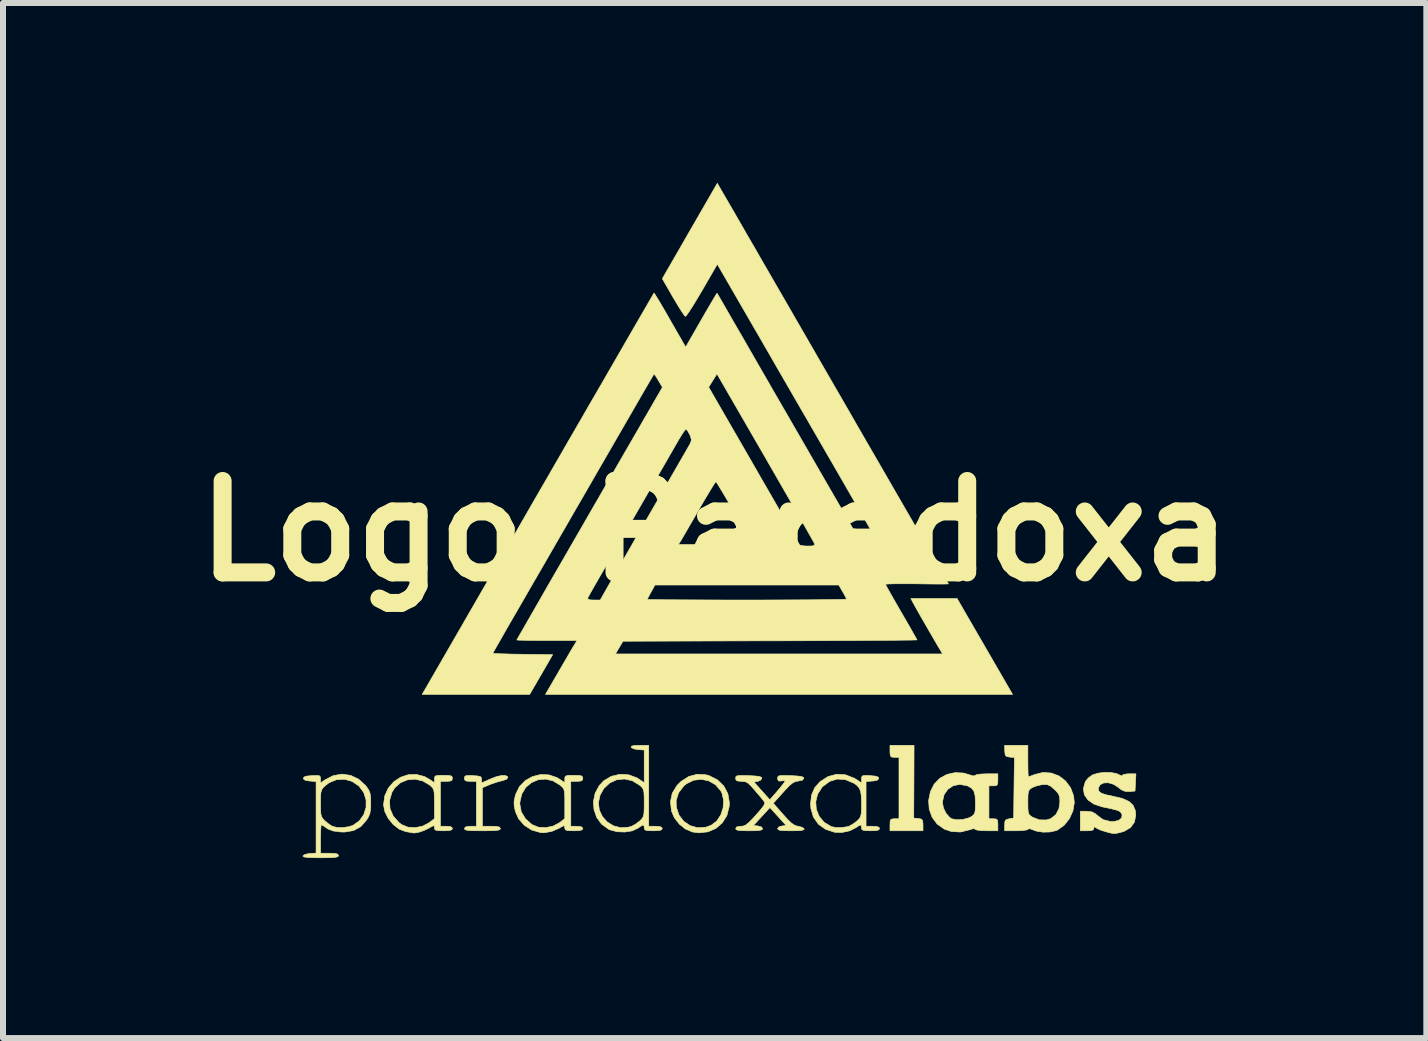
<source format=kicad_pcb>
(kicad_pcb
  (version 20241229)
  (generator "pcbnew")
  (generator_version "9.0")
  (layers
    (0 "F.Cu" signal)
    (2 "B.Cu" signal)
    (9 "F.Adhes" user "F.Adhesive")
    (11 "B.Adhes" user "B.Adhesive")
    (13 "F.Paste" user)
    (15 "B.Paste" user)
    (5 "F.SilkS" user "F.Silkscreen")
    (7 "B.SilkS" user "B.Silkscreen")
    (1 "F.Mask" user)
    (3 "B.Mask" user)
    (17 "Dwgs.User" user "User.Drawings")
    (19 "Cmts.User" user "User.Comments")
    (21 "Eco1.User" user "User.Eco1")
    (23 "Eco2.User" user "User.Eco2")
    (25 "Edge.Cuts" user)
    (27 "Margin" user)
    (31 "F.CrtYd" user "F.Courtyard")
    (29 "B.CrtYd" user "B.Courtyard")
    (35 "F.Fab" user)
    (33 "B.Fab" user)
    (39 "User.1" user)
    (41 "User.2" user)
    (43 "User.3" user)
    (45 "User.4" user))
  (footprint "Logo Paradoxa"
    (layer "F.Cu")
    (at 8.861 5.801)
    (property "Reference" "Logo Paradoxa" (at 0 0 0) (layer "F.SilkS") (effects (font (size 1.524 1.524) (thickness 0.3))))
    (attr through_hole)
    (fp_poly (pts (xy 3.321 4.177) (xy 3.318 4.783) (xy 3.395 4.791) (xy 3.444 4.8) (xy 3.466 4.825) (xy 3.472 4.882) (xy 3.472 4.897) (xy 3.472 4.995) (xy 2.922 4.995) (xy 2.922 4.895) (xy 2.925 4.831) (xy 2.941 4.803) (xy 2.981 4.795) (xy 2.997 4.795) (xy 3.072 4.795) (xy 3.072 3.771) (xy 2.997 3.771) (xy 2.949 3.767) (xy 2.928 3.746) (xy 2.922 3.693) (xy 2.922 3.671) (xy 2.922 3.571) (xy 3.323 3.571) (xy 3.321 4.177)) (stroke (width 0.01) (type solid)) (fill yes) (layer "F.SilkS"))
    (fp_poly (pts (xy -0.144 4.062) (xy -0.097 4.074) (xy 0.045 4.146) (xy 0.152 4.249) (xy 0.22 4.378) (xy 0.245 4.527) (xy 0.242 4.59) (xy 0.204 4.74) (xy 0.127 4.863) (xy 0.02 4.956) (xy -0.113 5.013) (xy -0.264 5.029) (xy -0.371 5.015) (xy -0.485 4.967) (xy -0.59 4.883) (xy -0.673 4.775) (xy -0.72 4.665) (xy -0.737 4.509) (xy -0.733 4.492) (xy -0.642 4.492) (xy -0.639 4.602) (xy -0.595 4.733) (xy -0.516 4.837) (xy -0.41 4.909) (xy -0.286 4.944) (xy -0.154 4.937) (xy -0.059 4.904) (xy 0.033 4.835) (xy 0.101 4.733) (xy 0.141 4.613) (xy 0.149 4.487) (xy 0.122 4.369) (xy 0.101 4.328) (xy 0.013 4.227) (xy -0.099 4.163) (xy -0.224 4.137) (xy -0.351 4.153) (xy -0.468 4.21) (xy -0.515 4.248) (xy -0.602 4.363) (xy -0.642 4.492) (xy -0.733 4.492) (xy -0.706 4.367) (xy -0.627 4.239) (xy -0.564 4.176) (xy -0.433 4.091) (xy -0.291 4.053) (xy -0.144 4.062)) (stroke (width 0.01) (type solid)) (fill yes) (layer "F.SilkS"))
    (fp_poly (pts (xy -4.027 4.076) (xy -3.946 4.082) (xy -3.903 4.093) (xy -3.887 4.114) (xy -3.886 4.14) (xy -3.885 4.184) (xy -3.882 4.196) (xy -3.858 4.186) (xy -3.802 4.161) (xy -3.743 4.134) (xy -3.642 4.095) (xy -3.553 4.074) (xy -3.486 4.074) (xy -3.45 4.094) (xy -3.447 4.107) (xy -3.47 4.137) (xy -3.534 4.159) (xy -3.54 4.16) (xy -3.621 4.181) (xy -3.716 4.213) (xy -3.753 4.227) (xy -3.871 4.277) (xy -3.871 4.92) (xy -3.721 4.92) (xy -3.634 4.923) (xy -3.588 4.933) (xy -3.572 4.953) (xy -3.571 4.958) (xy -3.579 4.974) (xy -3.607 4.985) (xy -3.662 4.991) (xy -3.753 4.994) (xy -3.871 4.995) (xy -4 4.994) (xy -4.087 4.991) (xy -4.14 4.984) (xy -4.165 4.972) (xy -4.171 4.958) (xy -4.154 4.932) (xy -4.1 4.921) (xy -4.071 4.92) (xy -3.971 4.92) (xy -3.971 4.171) (xy -4.071 4.171) (xy -4.136 4.167) (xy -4.165 4.15) (xy -4.171 4.12) (xy -4.166 4.091) (xy -4.144 4.077) (xy -4.093 4.073) (xy -4.027 4.076)) (stroke (width 0.01) (type solid)) (fill yes) (layer "F.SilkS"))
    (fp_poly (pts (xy 4.149 4.033) (xy 4.24 4.06) (xy 4.308 4.081) (xy 4.34 4.075) (xy 4.341 4.072) (xy 4.369 4.059) (xy 4.436 4.05) (xy 4.53 4.046) (xy 4.535 4.046) (xy 4.72 4.046) (xy 4.72 4.146) (xy 4.717 4.21) (xy 4.701 4.238) (xy 4.662 4.246) (xy 4.645 4.246) (xy 4.571 4.246) (xy 4.571 4.795) (xy 4.645 4.795) (xy 4.693 4.799) (xy 4.715 4.821) (xy 4.72 4.874) (xy 4.72 4.895) (xy 4.72 4.995) (xy 4.535 4.995) (xy 4.44 4.992) (xy 4.371 4.983) (xy 4.341 4.97) (xy 4.341 4.969) (xy 4.313 4.959) (xy 4.249 4.978) (xy 4.24 4.981) (xy 4.095 5.016) (xy 3.944 5.007) (xy 3.827 4.967) (xy 3.708 4.883) (xy 3.624 4.769) (xy 3.576 4.635) (xy 3.568 4.526) (xy 3.796 4.526) (xy 3.813 4.616) (xy 3.857 4.705) (xy 3.917 4.773) (xy 3.953 4.796) (xy 4.037 4.812) (xy 4.141 4.806) (xy 4.238 4.779) (xy 4.279 4.759) (xy 4.313 4.732) (xy 4.334 4.7) (xy 4.343 4.65) (xy 4.346 4.568) (xy 4.346 4.532) (xy 4.341 4.416) (xy 4.322 4.339) (xy 4.285 4.288) (xy 4.222 4.251) (xy 4.203 4.244) (xy 4.085 4.222) (xy 3.976 4.244) (xy 3.886 4.304) (xy 3.823 4.395) (xy 3.797 4.511) (xy 3.796 4.526) (xy 3.568 4.526) (xy 3.566 4.49) (xy 3.596 4.343) (xy 3.658 4.218) (xy 3.75 4.122) (xy 3.87 4.056) (xy 4.008 4.026) (xy 4.149 4.033)) (stroke (width 0.01) (type solid)) (fill yes) (layer "F.SilkS"))
    (fp_poly (pts (xy -1.099 4.92) (xy -0.987 4.92) (xy -0.912 4.925) (xy -0.879 4.942) (xy -0.874 4.958) (xy -0.886 4.979) (xy -0.926 4.991) (xy -1.006 4.995) (xy -1.024 4.995) (xy -1.108 4.993) (xy -1.153 4.985) (xy -1.171 4.967) (xy -1.174 4.945) (xy -1.178 4.907) (xy -1.196 4.9) (xy -1.238 4.923) (xy -1.275 4.95) (xy -1.373 4.996) (xy -1.496 5.016) (xy -1.626 5.011) (xy -1.746 4.979) (xy -1.769 4.968) (xy -1.885 4.884) (xy -1.966 4.772) (xy -2.011 4.643) (xy -2.019 4.529) (xy -1.938 4.529) (xy -1.922 4.651) (xy -1.87 4.76) (xy -1.789 4.85) (xy -1.685 4.913) (xy -1.565 4.944) (xy -1.435 4.935) (xy -1.382 4.919) (xy -1.314 4.882) (xy -1.247 4.831) (xy -1.243 4.826) (xy -1.21 4.792) (xy -1.19 4.758) (xy -1.179 4.71) (xy -1.175 4.636) (xy -1.174 4.531) (xy -1.175 4.422) (xy -1.179 4.351) (xy -1.19 4.305) (xy -1.21 4.273) (xy -1.244 4.241) (xy -1.25 4.236) (xy -1.373 4.161) (xy -1.503 4.132) (xy -1.632 4.145) (xy -1.749 4.198) (xy -1.847 4.29) (xy -1.91 4.401) (xy -1.938 4.529) (xy -2.019 4.529) (xy -2.02 4.505) (xy -1.992 4.369) (xy -1.925 4.244) (xy -1.848 4.162) (xy -1.722 4.087) (xy -1.58 4.054) (xy -1.434 4.062) (xy -1.296 4.113) (xy -1.263 4.134) (xy -1.174 4.194) (xy -1.174 3.649) (xy -1.278 3.642) (xy -1.345 3.63) (xy -1.387 3.61) (xy -1.393 3.603) (xy -1.383 3.584) (xy -1.336 3.574) (xy -1.251 3.571) (xy -1.099 3.571) (xy -1.099 4.92)) (stroke (width 0.01) (type solid)) (fill yes) (layer "F.SilkS"))
    (fp_poly (pts (xy -2.764 4.063) (xy -2.63 4.108) (xy -2.585 4.135) (xy -2.498 4.194) (xy -2.498 4.133) (xy -2.494 4.098) (xy -2.477 4.08) (xy -2.433 4.072) (xy -2.351 4.071) (xy -2.348 4.071) (xy -2.264 4.073) (xy -2.219 4.081) (xy -2.201 4.099) (xy -2.198 4.121) (xy -2.206 4.154) (xy -2.24 4.168) (xy -2.298 4.171) (xy -2.398 4.171) (xy -2.398 4.92) (xy -2.298 4.92) (xy -2.228 4.926) (xy -2.2 4.947) (xy -2.198 4.958) (xy -2.209 4.979) (xy -2.25 4.991) (xy -2.33 4.995) (xy -2.348 4.995) (xy -2.431 4.993) (xy -2.477 4.985) (xy -2.495 4.967) (xy -2.498 4.946) (xy -2.5 4.916) (xy -2.515 4.911) (xy -2.556 4.931) (xy -2.585 4.949) (xy -2.713 5.005) (xy -2.841 5.028) (xy -2.897 5.026) (xy -3.046 4.984) (xy -3.172 4.904) (xy -3.268 4.795) (xy -3.32 4.678) (xy -3.341 4.583) (xy -3.342 4.552) (xy -3.247 4.552) (xy -3.223 4.681) (xy -3.152 4.797) (xy -3.046 4.891) (xy -2.94 4.935) (xy -2.816 4.943) (xy -2.692 4.917) (xy -2.587 4.861) (xy -2.498 4.793) (xy -2.498 4.546) (xy -2.498 4.433) (xy -2.502 4.359) (xy -2.511 4.311) (xy -2.529 4.278) (xy -2.559 4.249) (xy -2.574 4.236) (xy -2.694 4.163) (xy -2.82 4.134) (xy -2.943 4.145) (xy -3.055 4.193) (xy -3.149 4.273) (xy -3.215 4.383) (xy -3.246 4.517) (xy -3.247 4.552) (xy -3.342 4.552) (xy -3.343 4.504) (xy -3.324 4.415) (xy -3.316 4.387) (xy -3.254 4.259) (xy -3.158 4.16) (xy -3.038 4.092) (xy -2.904 4.058) (xy -2.764 4.063)) (stroke (width 0.01) (type solid)) (fill yes) (layer "F.SilkS"))
    (fp_poly (pts (xy 5.026 3.571) (xy 5.22 3.571) (xy 5.22 3.834) (xy 5.221 3.941) (xy 5.223 4.028) (xy 5.226 4.082) (xy 5.229 4.096) (xy 5.256 4.087) (xy 5.311 4.066) (xy 5.328 4.059) (xy 5.471 4.023) (xy 5.61 4.033) (xy 5.738 4.081) (xy 5.847 4.164) (xy 5.931 4.276) (xy 5.982 4.412) (xy 5.994 4.526) (xy 5.971 4.663) (xy 5.912 4.794) (xy 5.824 4.904) (xy 5.716 4.981) (xy 5.687 4.993) (xy 5.587 5.015) (xy 5.471 5.018) (xy 5.363 5.001) (xy 5.308 4.981) (xy 5.249 4.959) (xy 5.225 4.969) (xy 5.196 4.982) (xy 5.128 4.991) (xy 5.03 4.995) (xy 5.024 4.995) (xy 4.833 4.995) (xy 4.833 4.901) (xy 4.837 4.839) (xy 4.858 4.809) (xy 4.908 4.795) (xy 4.983 4.783) (xy 4.986 4.521) (xy 5.22 4.521) (xy 5.221 4.621) (xy 5.226 4.683) (xy 5.239 4.721) (xy 5.265 4.748) (xy 5.301 4.771) (xy 5.411 4.813) (xy 5.527 4.815) (xy 5.6 4.794) (xy 5.686 4.727) (xy 5.738 4.627) (xy 5.754 4.512) (xy 5.75 4.434) (xy 5.73 4.379) (xy 5.685 4.326) (xy 5.659 4.302) (xy 5.597 4.25) (xy 5.546 4.227) (xy 5.486 4.224) (xy 5.455 4.227) (xy 5.37 4.245) (xy 5.297 4.273) (xy 5.283 4.281) (xy 5.251 4.305) (xy 5.232 4.336) (xy 5.223 4.385) (xy 5.22 4.465) (xy 5.22 4.521) (xy 4.986 4.521) (xy 4.989 4.279) (xy 4.996 3.775) (xy 4.917 3.767) (xy 4.865 3.757) (xy 4.842 3.73) (xy 4.835 3.671) (xy 4.835 3.665) (xy 4.833 3.571) (xy 5.026 3.571)) (stroke (width 0.01) (type solid)) (fill yes) (layer "F.SilkS"))
    (fp_poly (pts (xy -4.837 4.091) (xy -4.758 4.135) (xy -4.67 4.194) (xy -4.67 4.133) (xy -4.667 4.098) (xy -4.65 4.08) (xy -4.606 4.072) (xy -4.524 4.071) (xy -4.521 4.071) (xy -4.437 4.073) (xy -4.392 4.081) (xy -4.373 4.099) (xy -4.371 4.121) (xy -4.379 4.154) (xy -4.413 4.168) (xy -4.471 4.171) (xy -4.571 4.171) (xy -4.571 4.92) (xy -4.471 4.92) (xy -4.401 4.926) (xy -4.373 4.947) (xy -4.371 4.958) (xy -4.382 4.979) (xy -4.423 4.991) (xy -4.502 4.995) (xy -4.521 4.995) (xy -4.604 4.993) (xy -4.65 4.985) (xy -4.668 4.967) (xy -4.67 4.946) (xy -4.673 4.916) (xy -4.688 4.911) (xy -4.729 4.931) (xy -4.758 4.949) (xy -4.841 4.989) (xy -4.929 5.019) (xy -5.003 5.032) (xy -5.033 5.03) (xy -5.072 5.022) (xy -5.137 5.011) (xy -5.152 5.008) (xy -5.258 4.968) (xy -5.358 4.89) (xy -5.442 4.787) (xy -5.499 4.671) (xy -5.519 4.561) (xy -5.509 4.491) (xy -5.419 4.491) (xy -5.411 4.626) (xy -5.357 4.751) (xy -5.261 4.859) (xy -5.219 4.891) (xy -5.113 4.935) (xy -4.989 4.943) (xy -4.865 4.917) (xy -4.76 4.861) (xy -4.67 4.793) (xy -4.67 4.546) (xy -4.671 4.433) (xy -4.675 4.359) (xy -4.684 4.311) (xy -4.702 4.278) (xy -4.732 4.249) (xy -4.746 4.236) (xy -4.865 4.165) (xy -4.993 4.135) (xy -5.12 4.146) (xy -5.236 4.194) (xy -5.332 4.279) (xy -5.379 4.355) (xy -5.419 4.491) (xy -5.509 4.491) (xy -5.498 4.412) (xy -5.439 4.284) (xy -5.35 4.18) (xy -5.237 4.104) (xy -5.108 4.061) (xy -4.972 4.056) (xy -4.837 4.091)) (stroke (width 0.01) (type solid)) (fill yes) (layer "F.SilkS"))
    (fp_poly (pts (xy 6.604 4.024) (xy 6.695 4.041) (xy 6.738 4.06) (xy 6.778 4.08) (xy 6.793 4.072) (xy 6.816 4.057) (xy 6.873 4.047) (xy 6.907 4.046) (xy 7.021 4.046) (xy 7.006 4.333) (xy 6.911 4.341) (xy 6.839 4.338) (xy 6.777 4.311) (xy 6.729 4.272) (xy 6.647 4.22) (xy 6.562 4.195) (xy 6.484 4.198) (xy 6.425 4.227) (xy 6.395 4.282) (xy 6.394 4.3) (xy 6.405 4.338) (xy 6.444 4.368) (xy 6.518 4.394) (xy 6.635 4.419) (xy 6.643 4.421) (xy 6.797 4.457) (xy 6.906 4.507) (xy 6.975 4.572) (xy 7.011 4.659) (xy 7.018 4.736) (xy 6.996 4.851) (xy 6.931 4.941) (xy 6.828 5.003) (xy 6.783 5.017) (xy 6.713 5.034) (xy 6.665 5.041) (xy 6.619 5.037) (xy 6.555 5.021) (xy 6.514 5.01) (xy 6.436 4.985) (xy 6.374 4.957) (xy 6.358 4.946) (xy 6.327 4.928) (xy 6.319 4.948) (xy 6.319 4.955) (xy 6.307 4.981) (xy 6.264 4.993) (xy 6.206 4.995) (xy 6.094 4.995) (xy 6.094 4.67) (xy 6.202 4.67) (xy 6.288 4.68) (xy 6.349 4.714) (xy 6.367 4.731) (xy 6.472 4.809) (xy 6.597 4.841) (xy 6.656 4.841) (xy 6.738 4.82) (xy 6.784 4.78) (xy 6.79 4.727) (xy 6.779 4.703) (xy 6.763 4.683) (xy 6.74 4.666) (xy 6.699 4.651) (xy 6.633 4.634) (xy 6.532 4.611) (xy 6.457 4.596) (xy 6.32 4.55) (xy 6.221 4.481) (xy 6.161 4.394) (xy 6.145 4.293) (xy 6.176 4.182) (xy 6.18 4.173) (xy 6.228 4.114) (xy 6.296 4.065) (xy 6.303 4.062) (xy 6.39 4.035) (xy 6.497 4.022) (xy 6.604 4.024)) (stroke (width 0.01) (type solid)) (fill yes) (layer "F.SilkS"))
    (fp_poly (pts (xy 2.18 4.062) (xy 2.326 4.119) (xy 2.379 4.151) (xy 2.448 4.199) (xy 2.448 4.134) (xy 2.45 4.097) (xy 2.466 4.079) (xy 2.507 4.073) (xy 2.585 4.076) (xy 2.591 4.076) (xy 2.678 4.084) (xy 2.723 4.099) (xy 2.735 4.121) (xy 2.716 4.149) (xy 2.654 4.164) (xy 2.629 4.166) (xy 2.523 4.174) (xy 2.523 4.92) (xy 2.635 4.92) (xy 2.709 4.925) (xy 2.743 4.942) (xy 2.747 4.958) (xy 2.736 4.979) (xy 2.695 4.991) (xy 2.615 4.995) (xy 2.597 4.995) (xy 2.514 4.993) (xy 2.469 4.985) (xy 2.45 4.967) (xy 2.448 4.945) (xy 2.443 4.906) (xy 2.424 4.9) (xy 2.38 4.925) (xy 2.353 4.944) (xy 2.249 4.996) (xy 2.123 5.023) (xy 2.001 5.02) (xy 1.998 5.02) (xy 1.847 4.97) (xy 1.729 4.885) (xy 1.646 4.768) (xy 1.604 4.623) (xy 1.598 4.546) (xy 1.602 4.51) (xy 1.685 4.51) (xy 1.694 4.637) (xy 1.742 4.755) (xy 1.825 4.854) (xy 1.941 4.924) (xy 1.948 4.927) (xy 2.024 4.941) (xy 2.121 4.941) (xy 2.212 4.927) (xy 2.24 4.919) (xy 2.307 4.882) (xy 2.375 4.831) (xy 2.379 4.826) (xy 2.413 4.791) (xy 2.433 4.753) (xy 2.444 4.702) (xy 2.447 4.622) (xy 2.448 4.552) (xy 2.445 4.427) (xy 2.433 4.341) (xy 2.409 4.281) (xy 2.368 4.236) (xy 2.317 4.201) (xy 2.179 4.143) (xy 2.044 4.133) (xy 1.917 4.171) (xy 1.804 4.255) (xy 1.79 4.269) (xy 1.716 4.384) (xy 1.685 4.51) (xy 1.602 4.51) (xy 1.615 4.399) (xy 1.667 4.279) (xy 1.756 4.178) (xy 1.889 4.092) (xy 2.032 4.053) (xy 2.18 4.062)) (stroke (width 0.01) (type solid)) (fill yes) (layer "F.SilkS"))
    (fp_poly (pts (xy -6.067 4.072) (xy -5.933 4.136) (xy -5.816 4.244) (xy -5.803 4.26) (xy -5.765 4.317) (xy -5.743 4.371) (xy -5.734 4.441) (xy -5.732 4.533) (xy -5.735 4.636) (xy -5.747 4.708) (xy -5.773 4.77) (xy -5.801 4.815) (xy -5.897 4.925) (xy -6.017 4.991) (xy -6.163 5.016) (xy -6.235 5.015) (xy -6.356 4.999) (xy -6.443 4.966) (xy -6.467 4.95) (xy -6.519 4.914) (xy -6.552 4.896) (xy -6.555 4.895) (xy -6.561 4.918) (xy -6.565 4.981) (xy -6.568 5.071) (xy -6.569 5.132) (xy -6.569 5.37) (xy -6.419 5.37) (xy -6.332 5.373) (xy -6.285 5.383) (xy -6.269 5.403) (xy -6.269 5.407) (xy -6.276 5.423) (xy -6.304 5.434) (xy -6.359 5.441) (xy -6.45 5.444) (xy -6.571 5.445) (xy -6.704 5.443) (xy -6.793 5.439) (xy -6.843 5.431) (xy -6.862 5.42) (xy -6.862 5.413) (xy -6.833 5.392) (xy -6.773 5.377) (xy -6.748 5.375) (xy -6.643 5.367) (xy -6.643 4.538) (xy -6.569 4.538) (xy -6.569 4.538) (xy -6.568 4.646) (xy -6.563 4.716) (xy -6.551 4.762) (xy -6.529 4.796) (xy -6.5 4.825) (xy -6.44 4.876) (xy -6.385 4.914) (xy -6.381 4.916) (xy -6.303 4.939) (xy -6.2 4.942) (xy -6.096 4.927) (xy -6.028 4.905) (xy -5.921 4.829) (xy -5.848 4.725) (xy -5.81 4.605) (xy -5.81 4.479) (xy -5.849 4.357) (xy -5.928 4.25) (xy -6.043 4.172) (xy -6.172 4.136) (xy -6.304 4.144) (xy -6.428 4.195) (xy -6.491 4.244) (xy -6.528 4.28) (xy -6.551 4.315) (xy -6.563 4.361) (xy -6.568 4.431) (xy -6.569 4.538) (xy -6.643 4.538) (xy -6.643 4.174) (xy -6.75 4.166) (xy -6.824 4.154) (xy -6.854 4.13) (xy -6.856 4.121) (xy -6.842 4.098) (xy -6.795 4.083) (xy -6.712 4.076) (xy -6.631 4.073) (xy -6.589 4.078) (xy -6.572 4.096) (xy -6.569 4.131) (xy -6.569 4.134) (xy -6.569 4.199) (xy -6.497 4.148) (xy -6.357 4.076) (xy -6.211 4.051) (xy -6.067 4.072)) (stroke (width 0.01) (type solid)) (fill yes) (layer "F.SilkS"))
    (fp_poly (pts (xy 1.268 4.076) (xy 1.376 4.082) (xy 1.443 4.09) (xy 1.477 4.103) (xy 1.486 4.121) (xy 1.463 4.151) (xy 1.394 4.166) (xy 1.346 4.175) (xy 1.3 4.197) (xy 1.247 4.241) (xy 1.178 4.313) (xy 1.14 4.355) (xy 0.977 4.537) (xy 1.14 4.722) (xy 1.222 4.813) (xy 1.283 4.87) (xy 1.334 4.903) (xy 1.382 4.919) (xy 1.392 4.92) (xy 1.454 4.936) (xy 1.49 4.96) (xy 1.492 4.964) (xy 1.484 4.979) (xy 1.444 4.989) (xy 1.364 4.994) (xy 1.276 4.995) (xy 1.165 4.994) (xy 1.095 4.988) (xy 1.059 4.977) (xy 1.049 4.96) (xy 1.049 4.959) (xy 1.071 4.93) (xy 1.121 4.915) (xy 1.193 4.908) (xy 1.057 4.758) (xy 0.921 4.608) (xy 0.783 4.758) (xy 0.645 4.908) (xy 0.722 4.915) (xy 0.78 4.932) (xy 0.799 4.959) (xy 0.789 4.977) (xy 0.754 4.988) (xy 0.685 4.994) (xy 0.574 4.995) (xy 0.465 4.994) (xy 0.396 4.988) (xy 0.361 4.978) (xy 0.35 4.96) (xy 0.35 4.958) (xy 0.369 4.93) (xy 0.431 4.92) (xy 0.435 4.92) (xy 0.478 4.916) (xy 0.52 4.898) (xy 0.567 4.86) (xy 0.632 4.795) (xy 0.688 4.733) (xy 0.764 4.646) (xy 0.81 4.588) (xy 0.831 4.549) (xy 0.833 4.522) (xy 0.821 4.502) (xy 0.789 4.462) (xy 0.735 4.397) (xy 0.67 4.321) (xy 0.665 4.315) (xy 0.598 4.24) (xy 0.55 4.197) (xy 0.506 4.176) (xy 0.455 4.171) (xy 0.446 4.171) (xy 0.382 4.166) (xy 0.355 4.148) (xy 0.35 4.12) (xy 0.353 4.096) (xy 0.369 4.081) (xy 0.408 4.075) (xy 0.48 4.074) (xy 0.568 4.076) (xy 0.677 4.082) (xy 0.744 4.09) (xy 0.778 4.103) (xy 0.787 4.121) (xy 0.765 4.152) (xy 0.721 4.171) (xy 0.655 4.183) (xy 0.787 4.331) (xy 0.919 4.478) (xy 1 4.386) (xy 1.08 4.293) (xy 1.138 4.22) (xy 1.17 4.175) (xy 1.174 4.164) (xy 1.153 4.16) (xy 1.111 4.165) (xy 1.065 4.166) (xy 1.05 4.137) (xy 1.049 4.123) (xy 1.052 4.097) (xy 1.066 4.082) (xy 1.103 4.075) (xy 1.171 4.074) (xy 1.268 4.076)) (stroke (width 0.01) (type solid)) (fill yes) (layer "F.SilkS"))
    (fp_poly (pts (xy 0.106 -5.689) (xy 0.129 -5.649) (xy 0.175 -5.57) (xy 0.241 -5.456) (xy 0.326 -5.31) (xy 0.426 -5.136) (xy 0.54 -4.938) (xy 0.666 -4.721) (xy 0.8 -4.487) (xy 0.942 -4.242) (xy 1.005 -4.133) (xy 1.161 -3.863) (xy 1.338 -3.556) (xy 1.531 -3.222) (xy 1.735 -2.868) (xy 1.946 -2.503) (xy 2.16 -2.133) (xy 2.371 -1.766) (xy 2.576 -1.411) (xy 2.77 -1.076) (xy 2.868 -0.906) (xy 3.026 -0.632) (xy 3.177 -0.371) (xy 3.318 -0.127) (xy 3.448 0.099) (xy 3.565 0.303) (xy 3.668 0.481) (xy 3.754 0.63) (xy 3.821 0.747) (xy 3.868 0.83) (xy 3.893 0.874) (xy 3.896 0.88) (xy 3.872 0.882) (xy 3.806 0.883) (xy 3.704 0.883) (xy 3.574 0.882) (xy 3.424 0.88) (xy 3.372 0.879) (xy 3.216 0.878) (xy 3.079 0.878) (xy 2.967 0.879) (xy 2.888 0.882) (xy 2.85 0.886) (xy 2.847 0.887) (xy 2.859 0.912) (xy 2.893 0.974) (xy 2.944 1.065) (xy 3.01 1.18) (xy 3.085 1.312) (xy 3.109 1.353) (xy 3.188 1.488) (xy 3.257 1.608) (xy 3.312 1.706) (xy 3.352 1.776) (xy 3.371 1.811) (xy 3.372 1.814) (xy 3.347 1.815) (xy 3.276 1.817) (xy 3.162 1.818) (xy 3.008 1.82) (xy 2.818 1.821) (xy 2.594 1.822) (xy 2.341 1.824) (xy 2.061 1.825) (xy 1.759 1.827) (xy 1.437 1.828) (xy 1.099 1.829) (xy 0.922 1.829) (xy -1.528 1.836) (xy -1.591 1.942) (xy -1.653 2.048) (xy 3.8 2.048) (xy 3.751 1.967) (xy 3.708 1.895) (xy 3.651 1.797) (xy 3.584 1.682) (xy 3.514 1.56) (xy 3.445 1.441) (xy 3.385 1.335) (xy 3.338 1.251) (xy 3.31 1.2) (xy 3.309 1.198) (xy 3.27 1.124) (xy 4.04 1.124) (xy 4.965 2.722) (xy -2.82 2.722) (xy -2.606 2.354) (xy -2.532 2.226) (xy -2.462 2.106) (xy -2.404 2.006) (xy -2.361 1.933) (xy -2.343 1.904) (xy -2.294 1.823) (xy -2.795 1.823) (xy -2.947 1.823) (xy -3.081 1.822) (xy -3.188 1.82) (xy -3.263 1.818) (xy -3.296 1.815) (xy -3.297 1.814) (xy -3.285 1.792) (xy -3.249 1.729) (xy -3.192 1.63) (xy -3.116 1.497) (xy -3.022 1.333) (xy -2.912 1.142) (xy -2.896 1.114) (xy -2.115 1.114) (xy -2.111 1.136) (xy -2.072 1.147) (xy -2.018 1.149) (xy -1.907 1.149) (xy -1.902 1.14) (xy -1.124 1.14) (xy -1.1 1.141) (xy -1.029 1.143) (xy -0.918 1.144) (xy -0.768 1.145) (xy -0.585 1.146) (xy -0.372 1.147) (xy -0.135 1.148) (xy 0.125 1.149) (xy 0.401 1.149) (xy 0.537 1.149) (xy 0.82 1.149) (xy 1.088 1.148) (xy 1.336 1.147) (xy 1.561 1.146) (xy 1.759 1.144) (xy 1.925 1.142) (xy 2.055 1.14) (xy 2.146 1.138) (xy 2.192 1.136) (xy 2.198 1.135) (xy 2.186 1.107) (xy 2.157 1.051) (xy 2.133 1.01) (xy 2.068 0.899) (xy -0.995 0.899) (xy -1.059 1.015) (xy -1.095 1.081) (xy -1.119 1.127) (xy -1.124 1.14) (xy -1.902 1.14) (xy -1.797 0.955) (xy -1.763 0.895) (xy -1.706 0.796) (xy -1.631 0.665) (xy -1.539 0.506) (xy -1.434 0.323) (xy -1.377 0.225) (xy -0.605 0.225) (xy 0.012 0.225) (xy 0.181 0.224) (xy 0.331 0.222) (xy 0.457 0.218) (xy 0.551 0.214) (xy 0.607 0.209) (xy 0.62 0.204) (xy 0.601 0.166) (xy 0.562 0.096) (xy 0.508 -0.001) (xy 0.442 -0.116) (xy 0.37 -0.241) (xy 0.295 -0.371) (xy 0.221 -0.496) (xy 0.153 -0.611) (xy 0.095 -0.708) (xy 0.051 -0.78) (xy 0.025 -0.818) (xy 0.021 -0.823) (xy 0.004 -0.803) (xy -0.033 -0.745) (xy -0.087 -0.657) (xy -0.155 -0.543) (xy -0.232 -0.412) (xy -0.264 -0.356) (xy -0.346 -0.214) (xy -0.421 -0.085) (xy -0.485 0.026) (xy -0.534 0.11) (xy -0.564 0.161) (xy -0.569 0.169) (xy -0.605 0.225) (xy -1.377 0.225) (xy -1.319 0.123) (xy -1.196 -0.089) (xy -1.069 -0.309) (xy -1.06 -0.325) (xy -0.936 -0.539) (xy -0.82 -0.742) (xy -0.712 -0.928) (xy -0.617 -1.094) (xy -0.536 -1.234) (xy -0.472 -1.346) (xy -0.427 -1.424) (xy -0.405 -1.463) (xy -0.404 -1.466) (xy -0.388 -1.515) (xy -0.399 -1.57) (xy -0.417 -1.61) (xy -0.448 -1.666) (xy -0.473 -1.697) (xy -0.478 -1.698) (xy -0.499 -1.678) (xy -0.536 -1.625) (xy -0.583 -1.549) (xy -0.595 -1.53) (xy -0.84 -1.104) (xy -1.062 -0.721) (xy -1.26 -0.378) (xy -1.435 -0.074) (xy -1.588 0.192) (xy -1.72 0.421) (xy -1.832 0.615) (xy -1.924 0.775) (xy -1.997 0.903) (xy -2.052 0.999) (xy -2.089 1.066) (xy -2.11 1.104) (xy -2.115 1.114) (xy -2.896 1.114) (xy -2.789 0.927) (xy -2.653 0.691) (xy -2.506 0.437) (xy -2.351 0.168) (xy -2.245 -0.015) (xy -2.081 -0.3) (xy -1.921 -0.577) (xy -1.767 -0.844) (xy -1.621 -1.097) (xy -1.486 -1.331) (xy -1.364 -1.542) (xy -1.256 -1.728) (xy -1.167 -1.884) (xy -1.096 -2.006) (xy -1.047 -2.09) (xy -1.033 -2.116) (xy -0.871 -2.396) (xy -0.872 -2.398) (xy -0.1 -2.398) (xy 0.653 -1.093) (xy 0.787 -0.859) (xy 0.915 -0.638) (xy 1.033 -0.433) (xy 1.139 -0.249) (xy 1.231 -0.09) (xy 1.307 0.042) (xy 1.364 0.142) (xy 1.402 0.206) (xy 1.416 0.231) (xy 1.416 0.231) (xy 1.445 0.242) (xy 1.507 0.249) (xy 1.553 0.25) (xy 1.626 0.248) (xy 1.661 0.238) (xy 1.666 0.218) (xy 1.662 0.206) (xy 1.647 0.177) (xy 1.609 0.109) (xy 1.55 0.005) (xy 1.473 -0.131) (xy 1.379 -0.295) (xy 1.271 -0.483) (xy 1.151 -0.692) (xy 1.021 -0.918) (xy 0.883 -1.158) (xy 0.842 -1.229) (xy 0.038 -2.62) (xy -0.031 -2.509) (xy -0.1 -2.398) (xy -0.872 -2.398) (xy -0.938 -2.51) (xy -0.976 -2.573) (xy -1.004 -2.611) (xy -1.012 -2.617) (xy -1.025 -2.595) (xy -1.061 -2.533) (xy -1.119 -2.434) (xy -1.196 -2.302) (xy -1.29 -2.139) (xy -1.399 -1.95) (xy -1.522 -1.737) (xy -1.657 -1.504) (xy -1.801 -1.254) (xy -1.954 -0.99) (xy -1.999 -0.912) (xy -2.164 -0.625) (xy -2.331 -0.337) (xy -2.495 -0.052) (xy -2.655 0.224) (xy -2.806 0.487) (xy -2.947 0.731) (xy -3.075 0.951) (xy -3.185 1.143) (xy -3.277 1.301) (xy -3.338 1.407) (xy -3.43 1.566) (xy -3.513 1.711) (xy -3.584 1.836) (xy -3.641 1.935) (xy -3.679 2.003) (xy -3.696 2.035) (xy -3.696 2.037) (xy -3.673 2.04) (xy -3.606 2.044) (xy -3.505 2.047) (xy -3.377 2.051) (xy -3.228 2.053) (xy -3.198 2.054) (xy -2.7 2.06) (xy -2.891 2.391) (xy -3.083 2.722) (xy -4.875 2.722) (xy -4.813 2.616) (xy -4.794 2.583) (xy -4.751 2.508) (xy -4.686 2.396) (xy -4.6 2.247) (xy -4.495 2.065) (xy -4.372 1.852) (xy -4.233 1.611) (xy -4.079 1.344) (xy -3.911 1.053) (xy -3.731 0.742) (xy -3.54 0.411) (xy -3.34 0.065) (xy -3.133 -0.295) (xy -2.919 -0.666) (xy -2.885 -0.724) (xy -2.671 -1.095) (xy -2.464 -1.454) (xy -2.265 -1.798) (xy -2.076 -2.126) (xy -1.897 -2.434) (xy -1.731 -2.722) (xy -1.579 -2.985) (xy -1.442 -3.223) (xy -1.321 -3.432) (xy -1.218 -3.61) (xy -1.134 -3.755) (xy -1.071 -3.864) (xy -1.029 -3.935) (xy -1.012 -3.965) (xy -1.011 -3.967) (xy -0.997 -3.949) (xy -0.963 -3.894) (xy -0.912 -3.81) (xy -0.849 -3.703) (xy -0.795 -3.61) (xy -0.722 -3.481) (xy -0.653 -3.361) (xy -0.594 -3.259) (xy -0.551 -3.185) (xy -0.535 -3.156) (xy -0.483 -3.067) (xy -0.224 -3.518) (xy -0.147 -3.652) (xy -0.078 -3.77) (xy -0.022 -3.865) (xy 0.018 -3.932) (xy 0.038 -3.963) (xy 0.04 -3.964) (xy 0.053 -3.942) (xy 0.088 -3.882) (xy 0.142 -3.789) (xy 0.211 -3.669) (xy 0.293 -3.526) (xy 0.385 -3.367) (xy 0.426 -3.297) (xy 0.519 -3.135) (xy 0.604 -2.987) (xy 0.683 -2.85) (xy 0.759 -2.718) (xy 0.835 -2.586) (xy 0.913 -2.451) (xy 0.996 -2.306) (xy 1.087 -2.149) (xy 1.189 -1.973) (xy 1.303 -1.775) (xy 1.433 -1.55) (xy 1.582 -1.292) (xy 1.751 -0.998) (xy 1.83 -0.862) (xy 2.465 0.237) (xy 2.606 0.245) (xy 2.682 0.247) (xy 2.734 0.245) (xy 2.747 0.241) (xy 2.745 0.236) (xy 2.738 0.222) (xy 2.725 0.198) (xy 2.704 0.161) (xy 2.675 0.11) (xy 2.637 0.043) (xy 2.588 -0.043) (xy 2.528 -0.148) (xy 2.454 -0.275) (xy 2.367 -0.427) (xy 2.265 -0.604) (xy 2.147 -0.809) (xy 2.012 -1.043) (xy 1.858 -1.309) (xy 1.685 -1.609) (xy 1.491 -1.944) (xy 1.276 -2.316) (xy 1.038 -2.728) (xy 0.777 -3.181) (xy 0.756 -3.217) (xy 0.044 -4.448) (xy -0.209 -4.011) (xy -0.287 -3.879) (xy -0.357 -3.763) (xy -0.417 -3.67) (xy -0.461 -3.607) (xy -0.485 -3.578) (xy -0.487 -3.578) (xy -0.508 -3.599) (xy -0.548 -3.657) (xy -0.602 -3.742) (xy -0.665 -3.848) (xy -0.692 -3.893) (xy -0.872 -4.206) (xy -0.793 -4.345) (xy -0.76 -4.402) (xy -0.706 -4.495) (xy -0.635 -4.618) (xy -0.551 -4.764) (xy -0.458 -4.926) (xy -0.36 -5.096) (xy -0.335 -5.139) (xy 0.044 -5.796) (xy 0.106 -5.689)) (stroke (width 0.01) (type solid)) (fill yes) (layer "F.SilkS")))
  (gr_rect
    (start -3 -3)
    (end 20.722 14.251)
    (stroke (width 0.1) (type default))
    (fill no)
    (layer "Edge.Cuts")))
</source>
